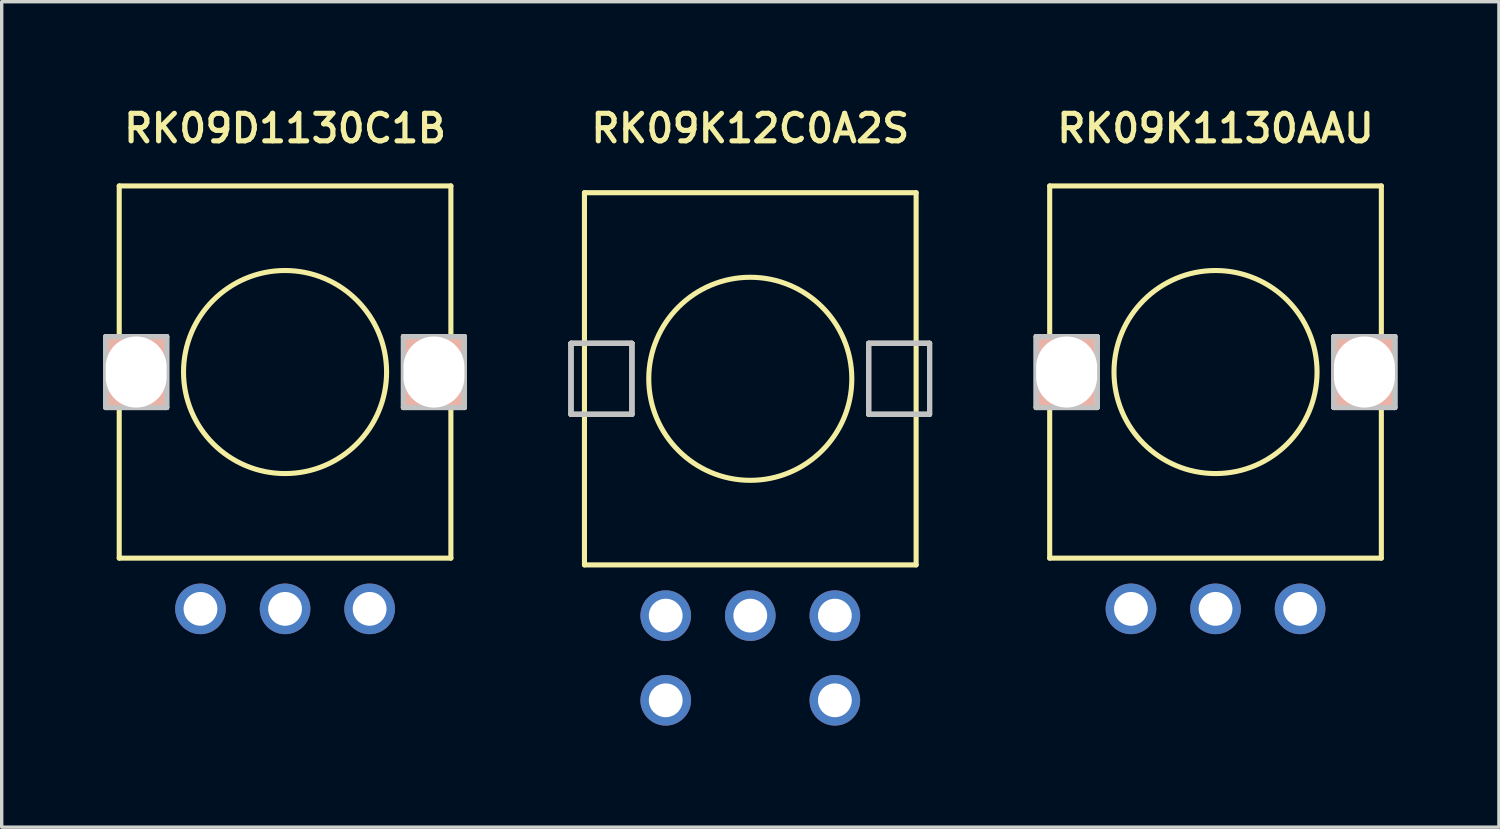
<source format=kicad_pcb>
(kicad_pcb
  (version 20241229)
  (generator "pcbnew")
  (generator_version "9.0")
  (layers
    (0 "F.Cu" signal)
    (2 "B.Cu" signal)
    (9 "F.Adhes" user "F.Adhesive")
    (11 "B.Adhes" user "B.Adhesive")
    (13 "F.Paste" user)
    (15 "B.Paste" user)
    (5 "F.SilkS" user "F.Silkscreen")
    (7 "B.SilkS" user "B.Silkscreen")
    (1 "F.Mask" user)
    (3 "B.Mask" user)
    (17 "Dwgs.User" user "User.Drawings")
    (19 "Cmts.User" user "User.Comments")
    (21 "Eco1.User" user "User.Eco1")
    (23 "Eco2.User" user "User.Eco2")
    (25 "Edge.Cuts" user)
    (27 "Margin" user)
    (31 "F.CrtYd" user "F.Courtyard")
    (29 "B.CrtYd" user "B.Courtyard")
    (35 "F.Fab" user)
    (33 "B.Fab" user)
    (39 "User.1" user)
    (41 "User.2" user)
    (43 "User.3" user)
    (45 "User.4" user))
  (footprint "RK09D1130C1B"
    (layer "F.Cu")
    (at 2.873 14.943)
    (property "Reference" "RK09D1130C1B" (at 2.5 -14.2 0) (layer "F.SilkS") (effects (font (size 0.813 0.813) (thickness 0.152))))
    (attr through_hole)
    (fp_line (start -2.4 -12.499) (end 7.4 -12.499) (stroke (width 0.15) (type solid)) (layer "F.SilkS"))
    (fp_line (start -2.4 -1.501) (end -2.4 -12.499) (stroke (width 0.15) (type solid)) (layer "F.SilkS"))
    (fp_line (start 7.4 -12.499) (end 7.4 -1.501) (stroke (width 0.15) (type solid)) (layer "F.SilkS"))
    (fp_line (start 7.4 -1.501) (end -2.4 -1.501) (stroke (width 0.15) (type solid)) (layer "F.SilkS"))
    (fp_circle (center 2.5 -7) (end 5.5 -7) (stroke (width 0.15) (type solid)) (fill no) (layer "F.SilkS"))
    (fp_line (start -2.798 -8.049) (end -2.798 -5.951) (stroke (width 0.15) (type solid)) (layer "Dwgs.User"))
    (fp_line (start -2.798 -8.049) (end -2.798 -5.951) (stroke (width 0.15) (type solid)) (layer "Dwgs.User"))
    (fp_line (start -2.798 -5.951) (end -0.998 -5.951) (stroke (width 0.15) (type solid)) (layer "Dwgs.User"))
    (fp_line (start -2.798 -5.951) (end -0.998 -5.951) (stroke (width 0.15) (type solid)) (layer "Dwgs.User"))
    (fp_line (start -0.998 -8.049) (end -2.798 -8.049) (stroke (width 0.15) (type solid)) (layer "Dwgs.User"))
    (fp_line (start -0.998 -8.049) (end -2.798 -8.049) (stroke (width 0.15) (type solid)) (layer "Dwgs.User"))
    (fp_line (start -0.998 -5.951) (end -0.998 -8.049) (stroke (width 0.15) (type solid)) (layer "Dwgs.User"))
    (fp_line (start -0.998 -5.951) (end -0.998 -8.049) (stroke (width 0.15) (type solid)) (layer "Dwgs.User"))
    (fp_line (start 5.998 -8.049) (end 5.998 -5.951) (stroke (width 0.15) (type solid)) (layer "Dwgs.User"))
    (fp_line (start 5.998 -8.049) (end 5.998 -5.951) (stroke (width 0.15) (type solid)) (layer "Dwgs.User"))
    (fp_line (start 5.998 -5.951) (end 7.798 -5.951) (stroke (width 0.15) (type solid)) (layer "Dwgs.User"))
    (fp_line (start 5.998 -5.951) (end 7.798 -5.951) (stroke (width 0.15) (type solid)) (layer "Dwgs.User"))
    (fp_line (start 7.798 -8.049) (end 5.998 -8.049) (stroke (width 0.15) (type solid)) (layer "Dwgs.User"))
    (fp_line (start 7.798 -8.049) (end 5.998 -8.049) (stroke (width 0.15) (type solid)) (layer "Dwgs.User"))
    (fp_line (start 7.798 -5.951) (end 7.798 -8.049) (stroke (width 0.15) (type solid)) (layer "Dwgs.User"))
    (fp_line (start 7.798 -5.951) (end 7.798 -8.049) (stroke (width 0.15) (type solid)) (layer "Dwgs.User"))
    (fp_circle (center 2.5 -7) (end 5.6 -7) (stroke (width 0.15) (type solid)) (fill no) (layer "Eco1.User"))
    (fp_line (start -2.798 -8.049) (end -2.798 -5.951) (stroke (width 0.15) (type solid)) (layer "Edge.Cuts"))
    (fp_line (start -2.798 -5.951) (end -0.998 -5.951) (stroke (width 0.15) (type solid)) (layer "Edge.Cuts"))
    (fp_line (start -0.998 -8.049) (end -2.798 -8.049) (stroke (width 0.15) (type solid)) (layer "Edge.Cuts"))
    (fp_line (start -0.998 -5.951) (end -0.998 -8.049) (stroke (width 0.15) (type solid)) (layer "Edge.Cuts"))
    (fp_line (start 5.998 -8.049) (end 5.998 -5.951) (stroke (width 0.15) (type solid)) (layer "Edge.Cuts"))
    (fp_line (start 5.998 -5.951) (end 7.798 -5.951) (stroke (width 0.15) (type solid)) (layer "Edge.Cuts"))
    (fp_line (start 7.798 -8.049) (end 5.998 -8.049) (stroke (width 0.15) (type solid)) (layer "Edge.Cuts"))
    (fp_line (start 7.798 -5.951) (end 7.798 -8.049) (stroke (width 0.15) (type solid)) (layer "Edge.Cuts"))
    (pad "" np_thru_hole rect (at -1.9 -7) (size 1.8 2.1) (drill oval 1.8 2.1) (layers "*.Cu" "*.Paste" "*.SilkS" "*.Mask"))
    (pad "" np_thru_hole rect (at 6.9 -7) (size 1.8 2.1) (drill oval 1.8 2.1) (layers "*.Cu" "*.Paste" "*.SilkS" "*.Mask"))
    (pad "1" thru_hole oval (at 0.001 -0.002) (size 1.496 1.496) (drill 0.998) (layers "*.Cu" "*.Mask"))
    (pad "2" thru_hole oval (at 2.5 -0.002) (size 1.496 1.496) (drill 0.998) (layers "*.Cu" "*.Mask"))
    (pad "3" thru_hole oval (at 4.999 -0.002) (size 1.496 1.496) (drill 0.998) (layers "*.Cu" "*.Mask")))
  (footprint "RK09K1130AAU"
    (layer "F.Cu")
    (at 30.367 14.943)
    (property "Reference" "RK09K1130AAU" (at 2.5 -14.2 0) (layer "F.SilkS") (effects (font (size 0.813 0.813) (thickness 0.152))))
    (attr through_hole)
    (fp_line (start -2.4 -12.499) (end 7.4 -12.499) (stroke (width 0.15) (type solid)) (layer "F.SilkS"))
    (fp_line (start -2.4 -1.501) (end -2.4 -12.499) (stroke (width 0.15) (type solid)) (layer "F.SilkS"))
    (fp_line (start 7.4 -12.499) (end 7.4 -1.501) (stroke (width 0.15) (type solid)) (layer "F.SilkS"))
    (fp_line (start 7.4 -1.501) (end -2.4 -1.501) (stroke (width 0.15) (type solid)) (layer "F.SilkS"))
    (fp_circle (center 2.5 -7) (end 5.5 -7) (stroke (width 0.15) (type solid)) (fill no) (layer "F.SilkS"))
    (fp_line (start -2.798 -8.049) (end -2.798 -5.951) (stroke (width 0.15) (type solid)) (layer "Dwgs.User"))
    (fp_line (start -2.798 -8.049) (end -2.798 -5.951) (stroke (width 0.15) (type solid)) (layer "Dwgs.User"))
    (fp_line (start -2.798 -5.951) (end -0.998 -5.951) (stroke (width 0.15) (type solid)) (layer "Dwgs.User"))
    (fp_line (start -2.798 -5.951) (end -0.998 -5.951) (stroke (width 0.15) (type solid)) (layer "Dwgs.User"))
    (fp_line (start -0.998 -8.049) (end -2.798 -8.049) (stroke (width 0.15) (type solid)) (layer "Dwgs.User"))
    (fp_line (start -0.998 -8.049) (end -2.798 -8.049) (stroke (width 0.15) (type solid)) (layer "Dwgs.User"))
    (fp_line (start -0.998 -5.951) (end -0.998 -8.049) (stroke (width 0.15) (type solid)) (layer "Dwgs.User"))
    (fp_line (start -0.998 -5.951) (end -0.998 -8.049) (stroke (width 0.15) (type solid)) (layer "Dwgs.User"))
    (fp_line (start 5.998 -8.049) (end 5.998 -5.951) (stroke (width 0.15) (type solid)) (layer "Dwgs.User"))
    (fp_line (start 5.998 -8.049) (end 5.998 -5.951) (stroke (width 0.15) (type solid)) (layer "Dwgs.User"))
    (fp_line (start 5.998 -5.951) (end 7.798 -5.951) (stroke (width 0.15) (type solid)) (layer "Dwgs.User"))
    (fp_line (start 5.998 -5.951) (end 7.798 -5.951) (stroke (width 0.15) (type solid)) (layer "Dwgs.User"))
    (fp_line (start 7.798 -8.049) (end 5.998 -8.049) (stroke (width 0.15) (type solid)) (layer "Dwgs.User"))
    (fp_line (start 7.798 -8.049) (end 5.998 -8.049) (stroke (width 0.15) (type solid)) (layer "Dwgs.User"))
    (fp_line (start 7.798 -5.951) (end 7.798 -8.049) (stroke (width 0.15) (type solid)) (layer "Dwgs.User"))
    (fp_line (start 7.798 -5.951) (end 7.798 -8.049) (stroke (width 0.15) (type solid)) (layer "Dwgs.User"))
    (fp_circle (center 2.5 -7) (end 5.6 -7) (stroke (width 0.15) (type solid)) (fill no) (layer "Eco1.User"))
    (fp_line (start -2.798 -8.049) (end -2.798 -5.951) (stroke (width 0.15) (type solid)) (layer "Edge.Cuts"))
    (fp_line (start -2.798 -5.951) (end -0.998 -5.951) (stroke (width 0.15) (type solid)) (layer "Edge.Cuts"))
    (fp_line (start -0.998 -8.049) (end -2.798 -8.049) (stroke (width 0.15) (type solid)) (layer "Edge.Cuts"))
    (fp_line (start -0.998 -5.951) (end -0.998 -8.049) (stroke (width 0.15) (type solid)) (layer "Edge.Cuts"))
    (fp_line (start 5.998 -8.049) (end 5.998 -5.951) (stroke (width 0.15) (type solid)) (layer "Edge.Cuts"))
    (fp_line (start 5.998 -5.951) (end 7.798 -5.951) (stroke (width 0.15) (type solid)) (layer "Edge.Cuts"))
    (fp_line (start 7.798 -8.049) (end 5.998 -8.049) (stroke (width 0.15) (type solid)) (layer "Edge.Cuts"))
    (fp_line (start 7.798 -5.951) (end 7.798 -8.049) (stroke (width 0.15) (type solid)) (layer "Edge.Cuts"))
    (pad "" np_thru_hole rect (at -1.9 -7) (size 1.8 2.1) (drill oval 1.8 2.1) (layers "*.Cu" "*.Paste" "*.SilkS" "*.Mask"))
    (pad "" np_thru_hole rect (at 6.9 -7) (size 1.8 2.1) (drill oval 1.8 2.1) (layers "*.Cu" "*.Paste" "*.SilkS" "*.Mask"))
    (pad "1" thru_hole oval (at 0.001 -0.002) (size 1.496 1.496) (drill 0.998) (layers "*.Cu" "*.Mask"))
    (pad "2" thru_hole oval (at 2.5 -0.002) (size 1.496 1.496) (drill 0.998) (layers "*.Cu" "*.Mask"))
    (pad "3" thru_hole oval (at 4.999 -0.002) (size 1.496 1.496) (drill 0.998) (layers "*.Cu" "*.Mask")))
  (footprint "RK09K12C0A2S"
    (layer "F.Cu")
    (at 19.12 8.143)
    (property "Reference" "RK09K12C0A2S" (at 0 -7.4 0) (layer "F.SilkS") (effects (font (size 0.813 0.813) (thickness 0.152))))
    (attr through_hole)
    (fp_line (start -4.9 -5.499) (end 4.9 -5.499) (stroke (width 0.15) (type solid)) (layer "F.SilkS"))
    (fp_line (start -4.9 5.499) (end -4.9 -5.499) (stroke (width 0.15) (type solid)) (layer "F.SilkS"))
    (fp_line (start 4.9 -5.499) (end 4.9 5.499) (stroke (width 0.15) (type solid)) (layer "F.SilkS"))
    (fp_line (start 4.9 5.499) (end -4.9 5.499) (stroke (width 0.15) (type solid)) (layer "F.SilkS"))
    (fp_circle (center 0 0) (end 3 0) (stroke (width 0.15) (type solid)) (fill no) (layer "F.SilkS"))
    (fp_line (start -5.298 -1.049) (end -5.298 1.049) (stroke (width 0.15) (type solid)) (layer "Dwgs.User"))
    (fp_line (start -5.298 -1.049) (end -5.298 1.049) (stroke (width 0.15) (type solid)) (layer "Dwgs.User"))
    (fp_line (start -5.298 1.049) (end -3.498 1.049) (stroke (width 0.15) (type solid)) (layer "Dwgs.User"))
    (fp_line (start -5.298 1.049) (end -3.498 1.049) (stroke (width 0.15) (type solid)) (layer "Dwgs.User"))
    (fp_line (start -3.498 -1.049) (end -5.298 -1.049) (stroke (width 0.15) (type solid)) (layer "Dwgs.User"))
    (fp_line (start -3.498 -1.049) (end -5.298 -1.049) (stroke (width 0.15) (type solid)) (layer "Dwgs.User"))
    (fp_line (start -3.498 1.049) (end -3.498 -1.049) (stroke (width 0.15) (type solid)) (layer "Dwgs.User"))
    (fp_line (start -3.498 1.049) (end -3.498 -1.049) (stroke (width 0.15) (type solid)) (layer "Dwgs.User"))
    (fp_line (start 3.498 -1.049) (end 3.498 1.049) (stroke (width 0.15) (type solid)) (layer "Dwgs.User"))
    (fp_line (start 3.498 -1.049) (end 3.498 1.049) (stroke (width 0.15) (type solid)) (layer "Dwgs.User"))
    (fp_line (start 3.498 1.049) (end 5.298 1.049) (stroke (width 0.15) (type solid)) (layer "Dwgs.User"))
    (fp_line (start 3.498 1.049) (end 5.298 1.049) (stroke (width 0.15) (type solid)) (layer "Dwgs.User"))
    (fp_line (start 5.298 -1.049) (end 3.498 -1.049) (stroke (width 0.15) (type solid)) (layer "Dwgs.User"))
    (fp_line (start 5.298 -1.049) (end 3.498 -1.049) (stroke (width 0.15) (type solid)) (layer "Dwgs.User"))
    (fp_line (start 5.298 1.049) (end 5.298 -1.049) (stroke (width 0.15) (type solid)) (layer "Dwgs.User"))
    (fp_line (start 5.298 1.049) (end 5.298 -1.049) (stroke (width 0.15) (type solid)) (layer "Dwgs.User"))
    (fp_line (start -5.298 -1.049) (end -5.298 1.049) (stroke (width 0.15) (type solid)) (layer "Edge.Cuts"))
    (fp_line (start -5.298 1.049) (end -3.498 1.049) (stroke (width 0.15) (type solid)) (layer "Edge.Cuts"))
    (fp_line (start -3.498 -1.049) (end -5.298 -1.049) (stroke (width 0.15) (type solid)) (layer "Edge.Cuts"))
    (fp_line (start -3.498 1.049) (end -3.498 -1.049) (stroke (width 0.15) (type solid)) (layer "Edge.Cuts"))
    (fp_line (start 3.498 -1.049) (end 3.498 1.049) (stroke (width 0.15) (type solid)) (layer "Edge.Cuts"))
    (fp_line (start 3.498 1.049) (end 5.298 1.049) (stroke (width 0.15) (type solid)) (layer "Edge.Cuts"))
    (fp_line (start 5.298 -1.049) (end 3.498 -1.049) (stroke (width 0.15) (type solid)) (layer "Edge.Cuts"))
    (fp_line (start 5.298 1.049) (end 5.298 -1.049) (stroke (width 0.15) (type solid)) (layer "Edge.Cuts"))
    (pad "1" thru_hole oval (at -2.499 6.998) (size 1.496 1.496) (drill 0.998) (layers "*.Cu" "*.Mask"))
    (pad "2A" thru_hole oval (at 2.499 9.5) (size 1.496 1.496) (drill 0.998) (layers "*.Cu" "*.Mask"))
    (pad "2B" thru_hole oval (at -2.499 9.5) (size 1.496 1.496) (drill 0.998) (layers "*.Cu" "*.Mask"))
    (pad "3A" thru_hole oval (at 2.499 6.998) (size 1.496 1.496) (drill 0.998) (layers "*.Cu" "*.Mask"))
    (pad "3B" thru_hole oval (at 0 6.998) (size 1.496 1.496) (drill 0.998) (layers "*.Cu" "*.Mask")))
  (gr_rect
    (start -3 -3)
    (end 41.241 21.391)
    (stroke (width 0.1) (type default))
    (fill no)
    (layer "Edge.Cuts")))
</source>
